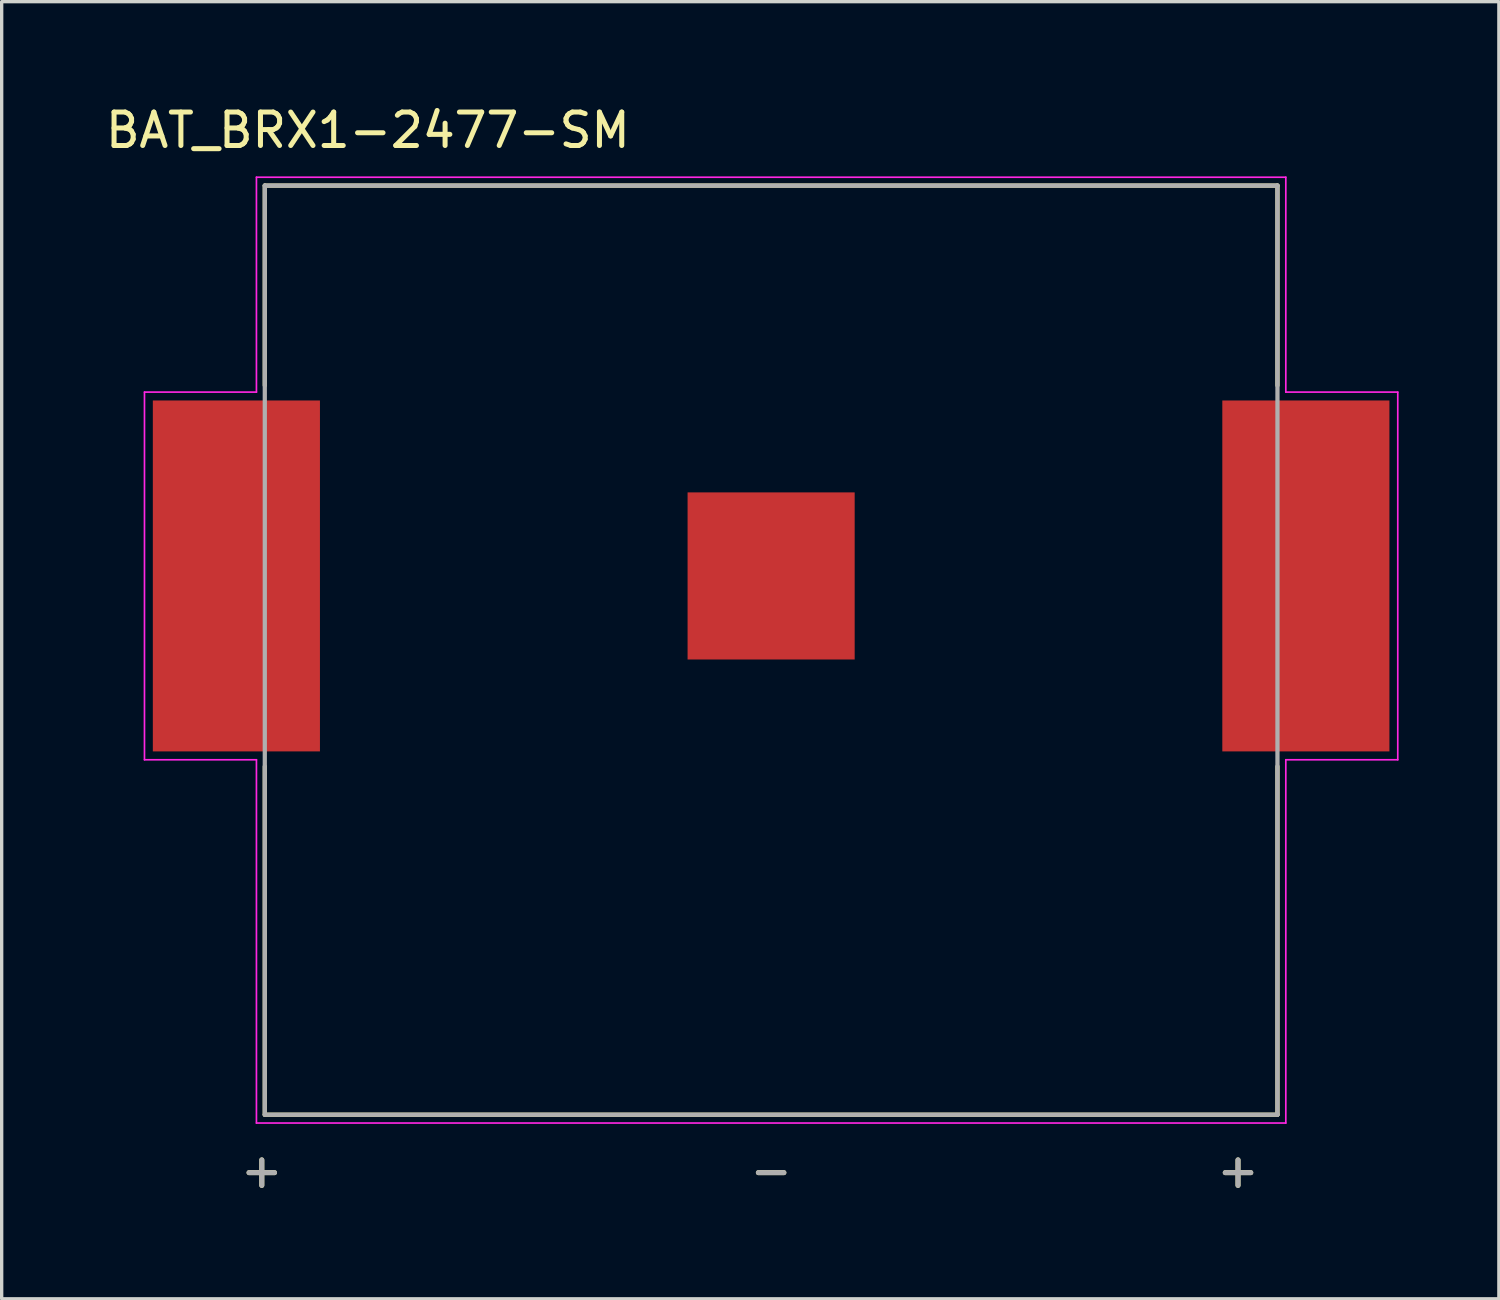
<source format=kicad_pcb>
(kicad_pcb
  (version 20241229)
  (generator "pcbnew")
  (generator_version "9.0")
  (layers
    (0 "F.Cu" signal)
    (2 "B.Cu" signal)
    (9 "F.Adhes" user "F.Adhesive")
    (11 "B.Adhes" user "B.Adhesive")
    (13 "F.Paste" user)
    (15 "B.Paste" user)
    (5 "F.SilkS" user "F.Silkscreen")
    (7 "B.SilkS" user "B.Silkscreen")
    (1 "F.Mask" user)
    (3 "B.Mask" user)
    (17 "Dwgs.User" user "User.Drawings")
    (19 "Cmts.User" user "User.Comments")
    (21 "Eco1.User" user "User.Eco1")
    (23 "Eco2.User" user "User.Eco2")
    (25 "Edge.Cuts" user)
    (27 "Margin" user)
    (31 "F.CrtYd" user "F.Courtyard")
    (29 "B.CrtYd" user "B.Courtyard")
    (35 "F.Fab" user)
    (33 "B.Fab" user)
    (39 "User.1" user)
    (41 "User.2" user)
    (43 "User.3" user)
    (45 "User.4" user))
  (footprint "BAT_BRX1-2477-SM"
    (layer "F.Cu")
    (at 20.023 14.183)
    (property "Reference" "BAT_BRX1-2477-SM" (at -12.065 -13.335 0) (layer "F.SilkS") (effects (font (size 1 1) (thickness 0.15))))
    (attr smd)
    (fp_line (start -15.15 -11.68) (end -15.15 -5.7) (stroke (width 0.127) (type solid)) (layer "F.SilkS"))
    (fp_line (start -15.15 5.7) (end -15.15 16.12) (stroke (width 0.127) (type solid)) (layer "F.SilkS"))
    (fp_line (start -15.15 16.12) (end 15.15 16.12) (stroke (width 0.127) (type solid)) (layer "F.SilkS"))
    (fp_line (start 15.15 -11.68) (end -15.15 -11.68) (stroke (width 0.127) (type solid)) (layer "F.SilkS"))
    (fp_line (start 15.15 -5.7) (end 15.15 -11.68) (stroke (width 0.127) (type solid)) (layer "F.SilkS"))
    (fp_line (start 15.15 16.12) (end 15.15 5.7) (stroke (width 0.127) (type solid)) (layer "F.SilkS"))
    (fp_line (start -18.75 -5.5) (end -15.4 -5.5) (stroke (width 0.05) (type solid)) (layer "F.CrtYd"))
    (fp_line (start -18.75 5.5) (end -18.75 -5.5) (stroke (width 0.05) (type solid)) (layer "F.CrtYd"))
    (fp_line (start -15.4 -11.93) (end 15.4 -11.93) (stroke (width 0.05) (type solid)) (layer "F.CrtYd"))
    (fp_line (start -15.4 -5.5) (end -15.4 -11.93) (stroke (width 0.05) (type solid)) (layer "F.CrtYd"))
    (fp_line (start -15.4 5.5) (end -18.75 5.5) (stroke (width 0.05) (type solid)) (layer "F.CrtYd"))
    (fp_line (start -15.4 16.37) (end -15.4 5.5) (stroke (width 0.05) (type solid)) (layer "F.CrtYd"))
    (fp_line (start 15.4 -11.93) (end 15.4 -5.5) (stroke (width 0.05) (type solid)) (layer "F.CrtYd"))
    (fp_line (start 15.4 -5.5) (end 18.75 -5.5) (stroke (width 0.05) (type solid)) (layer "F.CrtYd"))
    (fp_line (start 15.4 5.5) (end 15.4 16.37) (stroke (width 0.05) (type solid)) (layer "F.CrtYd"))
    (fp_line (start 15.4 16.37) (end -15.4 16.37) (stroke (width 0.05) (type solid)) (layer "F.CrtYd"))
    (fp_line (start 18.75 -5.5) (end 18.75 5.5) (stroke (width 0.05) (type solid)) (layer "F.CrtYd"))
    (fp_line (start 18.75 5.5) (end 15.4 5.5) (stroke (width 0.05) (type solid)) (layer "F.CrtYd"))
    (fp_line (start -15.15 -11.68) (end -15.15 16.12) (stroke (width 0.127) (type solid)) (layer "F.Fab"))
    (fp_line (start -15.15 16.12) (end 15.15 16.12) (stroke (width 0.127) (type solid)) (layer "F.Fab"))
    (fp_line (start 15.15 -11.68) (end -15.15 -11.68) (stroke (width 0.127) (type solid)) (layer "F.Fab"))
    (fp_line (start 15.15 16.12) (end 15.15 -11.68) (stroke (width 0.127) (type solid)) (layer "F.Fab"))
    (fp_text user "+" (at 13.97 17.78 0) (layer "F.SilkS") (effects (font (size 1 1) (thickness 0.15))))
    (fp_text user "-" (at 0 17.78 0) (layer "F.SilkS") (effects (font (size 1 1) (thickness 0.15))))
    (fp_text user "+" (at -15.24 17.78 0) (layer "F.SilkS") (effects (font (size 1 1) (thickness 0.15))))
    (fp_text user "-" (at 0 17.78 0) (layer "F.Fab") (effects (font (size 1 1) (thickness 0.15))))
    (fp_text user "+" (at -15.24 17.78 0) (layer "F.Fab") (effects (font (size 1 1) (thickness 0.15))))
    (fp_text user "+" (at 13.97 17.78 0) (layer "F.Fab") (effects (font (size 1 1) (thickness 0.15))))
    (pad "-" smd rect (at 0 0) (size 5 5) (layers "F.Cu" "F.Mask"))
    (pad "1+" smd rect (at -16 0) (size 5 10.5) (layers "F.Cu" "F.Mask" "F.Paste"))
    (pad "2+" smd rect (at 16 0) (size 5 10.5) (layers "F.Cu" "F.Mask" "F.Paste")))
  (gr_rect
    (start -3 -3)
    (end 41.798 35.812)
    (stroke (width 0.1) (type default))
    (fill no)
    (layer "Edge.Cuts")))
</source>
